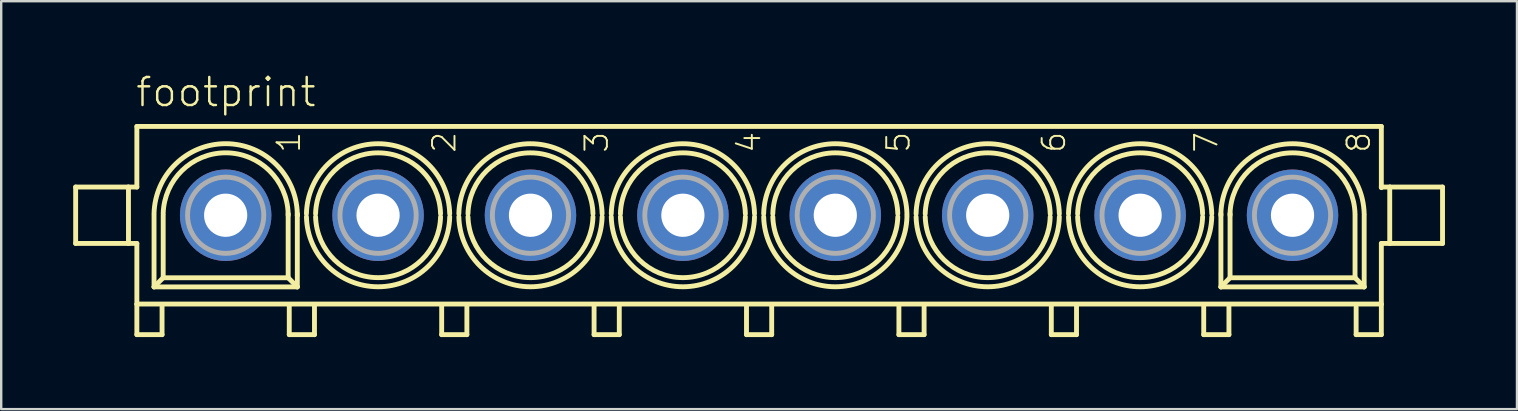
<source format=kicad_pcb>
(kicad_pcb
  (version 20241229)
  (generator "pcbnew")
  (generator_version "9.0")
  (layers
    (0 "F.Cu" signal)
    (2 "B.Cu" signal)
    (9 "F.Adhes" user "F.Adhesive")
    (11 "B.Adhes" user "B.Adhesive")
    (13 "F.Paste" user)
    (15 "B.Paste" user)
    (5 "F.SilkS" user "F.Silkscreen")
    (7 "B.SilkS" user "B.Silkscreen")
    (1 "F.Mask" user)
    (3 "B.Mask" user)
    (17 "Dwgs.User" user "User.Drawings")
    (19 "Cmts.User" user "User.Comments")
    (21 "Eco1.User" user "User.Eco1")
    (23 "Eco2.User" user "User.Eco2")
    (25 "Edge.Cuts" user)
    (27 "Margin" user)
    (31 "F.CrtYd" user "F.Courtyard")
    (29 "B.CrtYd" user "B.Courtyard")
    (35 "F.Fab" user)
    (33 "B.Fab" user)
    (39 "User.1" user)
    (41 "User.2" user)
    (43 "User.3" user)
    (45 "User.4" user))
  (footprint "footprint"
    (layer "F.Cu")
    (at 28.577 5.918)
    (property "Reference" "footprint" (at -26.035 -4.445 0) (layer "F.SilkS") (effects (font (size 1.168 1.168) (thickness 0.102)) (justify left bottom)))
    (fp_line (start -28.475 -1.175) (end -28.475 1.175) (stroke (width 0.203) (type solid)) (layer "F.SilkS"))
    (fp_line (start -28.475 1.175) (end -26.3 1.175) (stroke (width 0.203) (type solid)) (layer "F.SilkS"))
    (fp_line (start -26.3 -1.175) (end -28.475 -1.175) (stroke (width 0.203) (type solid)) (layer "F.SilkS"))
    (fp_line (start -26.275 -1.175) (end -25.925 -1.175) (stroke (width 0.203) (type solid)) (layer "F.SilkS"))
    (fp_line (start -26.275 1.175) (end -26.275 -1.175) (stroke (width 0.203) (type solid)) (layer "F.SilkS"))
    (fp_line (start -25.925 -3.7) (end 25.925 -3.7) (stroke (width 0.203) (type solid)) (layer "F.SilkS"))
    (fp_line (start -25.925 -1.175) (end -25.925 -3.7) (stroke (width 0.203) (type solid)) (layer "F.SilkS"))
    (fp_line (start -25.925 1.175) (end -26.275 1.175) (stroke (width 0.203) (type solid)) (layer "F.SilkS"))
    (fp_line (start -25.925 3.7) (end -25.925 1.175) (stroke (width 0.203) (type solid)) (layer "F.SilkS"))
    (fp_line (start -25.925 3.725) (end -25.925 4.975) (stroke (width 0.203) (type solid)) (layer "F.SilkS"))
    (fp_line (start -25.925 4.975) (end -24.875 4.975) (stroke (width 0.203) (type solid)) (layer "F.SilkS"))
    (fp_line (start -25.209 2.985) (end -25.209 0) (stroke (width 0.203) (type solid)) (layer "F.SilkS"))
    (fp_line (start -24.875 4.975) (end -24.875 3.8) (stroke (width 0.203) (type solid)) (layer "F.SilkS"))
    (fp_line (start -24.828 2.604) (end -25.209 2.985) (stroke (width 0.203) (type solid)) (layer "F.SilkS"))
    (fp_line (start -24.828 2.604) (end -24.828 0) (stroke (width 0.203) (type solid)) (layer "F.SilkS"))
    (fp_line (start -19.622 -0.064) (end -19.622 0) (stroke (width 0.203) (type solid)) (layer "F.SilkS"))
    (fp_line (start -19.621 0) (end -19.621 2.604) (stroke (width 0.203) (type solid)) (layer "F.SilkS"))
    (fp_line (start -19.621 2.604) (end -24.828 2.604) (stroke (width 0.203) (type solid)) (layer "F.SilkS"))
    (fp_line (start -19.621 2.604) (end -19.24 2.985) (stroke (width 0.203) (type solid)) (layer "F.SilkS"))
    (fp_line (start -19.575 4.975) (end -19.575 3.775) (stroke (width 0.203) (type solid)) (layer "F.SilkS"))
    (fp_line (start -19.241 -0.064) (end -19.241 0) (stroke (width 0.203) (type solid)) (layer "F.SilkS"))
    (fp_line (start -19.24 0) (end -19.241 0) (stroke (width 0.203) (type solid)) (layer "F.SilkS"))
    (fp_line (start -19.24 0) (end -19.24 2.985) (stroke (width 0.203) (type solid)) (layer "F.SilkS"))
    (fp_line (start -19.24 2.985) (end -25.209 2.985) (stroke (width 0.203) (type solid)) (layer "F.SilkS"))
    (fp_line (start -18.525 3.775) (end -18.525 4.975) (stroke (width 0.203) (type solid)) (layer "F.SilkS"))
    (fp_line (start -18.525 4.975) (end -19.575 4.975) (stroke (width 0.203) (type solid)) (layer "F.SilkS"))
    (fp_line (start -13.225 4.975) (end -13.225 3.775) (stroke (width 0.203) (type solid)) (layer "F.SilkS"))
    (fp_line (start -12.175 3.775) (end -12.175 4.975) (stroke (width 0.203) (type solid)) (layer "F.SilkS"))
    (fp_line (start -12.175 4.975) (end -13.225 4.975) (stroke (width 0.203) (type solid)) (layer "F.SilkS"))
    (fp_line (start -6.875 4.975) (end -6.875 3.775) (stroke (width 0.203) (type solid)) (layer "F.SilkS"))
    (fp_line (start -5.825 3.775) (end -5.825 4.975) (stroke (width 0.203) (type solid)) (layer "F.SilkS"))
    (fp_line (start -5.825 4.975) (end -6.875 4.975) (stroke (width 0.203) (type solid)) (layer "F.SilkS"))
    (fp_line (start -0.525 4.975) (end -0.525 3.775) (stroke (width 0.203) (type solid)) (layer "F.SilkS"))
    (fp_line (start 0.525 3.775) (end 0.525 4.975) (stroke (width 0.203) (type solid)) (layer "F.SilkS"))
    (fp_line (start 0.525 4.975) (end -0.525 4.975) (stroke (width 0.203) (type solid)) (layer "F.SilkS"))
    (fp_line (start 5.825 4.975) (end 5.825 3.775) (stroke (width 0.203) (type solid)) (layer "F.SilkS"))
    (fp_line (start 6.16 0) (end 6.159 0) (stroke (width 0.203) (type solid)) (layer "F.SilkS"))
    (fp_line (start 6.875 3.775) (end 6.875 4.975) (stroke (width 0.203) (type solid)) (layer "F.SilkS"))
    (fp_line (start 6.875 4.975) (end 5.825 4.975) (stroke (width 0.203) (type solid)) (layer "F.SilkS"))
    (fp_line (start 12.175 4.975) (end 12.175 3.775) (stroke (width 0.203) (type solid)) (layer "F.SilkS"))
    (fp_line (start 13.225 3.775) (end 13.225 4.975) (stroke (width 0.203) (type solid)) (layer "F.SilkS"))
    (fp_line (start 13.225 4.975) (end 12.175 4.975) (stroke (width 0.203) (type solid)) (layer "F.SilkS"))
    (fp_line (start 18.525 4.975) (end 18.525 3.775) (stroke (width 0.203) (type solid)) (layer "F.SilkS"))
    (fp_line (start 19.24 0) (end 19.24 -0.064) (stroke (width 0.203) (type solid)) (layer "F.SilkS"))
    (fp_line (start 19.241 2.985) (end 19.241 0) (stroke (width 0.203) (type solid)) (layer "F.SilkS"))
    (fp_line (start 19.575 3.775) (end 19.575 4.975) (stroke (width 0.203) (type solid)) (layer "F.SilkS"))
    (fp_line (start 19.575 4.975) (end 18.525 4.975) (stroke (width 0.203) (type solid)) (layer "F.SilkS"))
    (fp_line (start 19.621 0) (end 19.621 -0.064) (stroke (width 0.203) (type solid)) (layer "F.SilkS"))
    (fp_line (start 19.622 2.604) (end 19.241 2.985) (stroke (width 0.203) (type solid)) (layer "F.SilkS"))
    (fp_line (start 19.622 2.604) (end 19.622 0) (stroke (width 0.203) (type solid)) (layer "F.SilkS"))
    (fp_line (start 24.829 0) (end 24.829 2.604) (stroke (width 0.203) (type solid)) (layer "F.SilkS"))
    (fp_line (start 24.829 2.604) (end 19.622 2.604) (stroke (width 0.203) (type solid)) (layer "F.SilkS"))
    (fp_line (start 24.829 2.604) (end 25.21 2.985) (stroke (width 0.203) (type solid)) (layer "F.SilkS"))
    (fp_line (start 24.875 4.975) (end 24.875 3.825) (stroke (width 0.203) (type solid)) (layer "F.SilkS"))
    (fp_line (start 25.21 0) (end 25.21 2.985) (stroke (width 0.203) (type solid)) (layer "F.SilkS"))
    (fp_line (start 25.21 2.985) (end 19.241 2.985) (stroke (width 0.203) (type solid)) (layer "F.SilkS"))
    (fp_line (start 25.925 -3.7) (end 25.925 -1.175) (stroke (width 0.203) (type solid)) (layer "F.SilkS"))
    (fp_line (start 25.925 -1.175) (end 25.925 -1.15) (stroke (width 0.203) (type solid)) (layer "F.SilkS"))
    (fp_line (start 25.925 -1.175) (end 26.275 -1.175) (stroke (width 0.203) (type solid)) (layer "F.SilkS"))
    (fp_line (start 25.925 1.175) (end 25.925 3.7) (stroke (width 0.203) (type solid)) (layer "F.SilkS"))
    (fp_line (start 25.925 3.7) (end -25.925 3.7) (stroke (width 0.203) (type solid)) (layer "F.SilkS"))
    (fp_line (start 25.925 3.75) (end 25.925 4.975) (stroke (width 0.203) (type solid)) (layer "F.SilkS"))
    (fp_line (start 25.925 4.975) (end 24.875 4.975) (stroke (width 0.203) (type solid)) (layer "F.SilkS"))
    (fp_line (start 26.275 -1.175) (end 26.275 1.175) (stroke (width 0.203) (type solid)) (layer "F.SilkS"))
    (fp_line (start 26.275 1.175) (end 25.925 1.175) (stroke (width 0.203) (type solid)) (layer "F.SilkS"))
    (fp_line (start 26.3 -1.175) (end 28.475 -1.175) (stroke (width 0.203) (type solid)) (layer "F.SilkS"))
    (fp_line (start 28.475 -1.175) (end 28.475 1.175) (stroke (width 0.203) (type solid)) (layer "F.SilkS"))
    (fp_line (start 28.475 1.175) (end 26.3 1.175) (stroke (width 0.203) (type solid)) (layer "F.SilkS"))
    (fp_arc (start -25.2096 -0.0636) (mid -22.22515 -2.979945) (end -19.2407 -0.0636) (stroke (width 0.2032) (type solid)) (layer "F.SilkS"))
    (fp_arc (start -24.8286 -0.0636) (mid -22.22515 -2.601886) (end -19.6217 -0.0636) (stroke (width 0.2032) (type solid)) (layer "F.SilkS"))
    (fp_arc (start -18.8597 -0.0636) (mid -15.8752 -2.980093) (end -12.8907 -0.0636) (stroke (width 0.2032) (type solid)) (layer "F.SilkS"))
    (fp_arc (start -18.4787 -0.0636) (mid -15.875201 -2.600086) (end -13.2717 -0.063602) (stroke (width 0.2032) (type solid)) (layer "F.SilkS"))
    (fp_arc (start -13.2713 0.0636) (mid -15.874799 2.600086) (end -18.4783 0.063602) (stroke (width 0.2032) (type solid)) (layer "F.SilkS"))
    (fp_arc (start -12.8903 0.0636) (mid -15.8748 2.980093) (end -18.8593 0.0636) (stroke (width 0.2032) (type solid)) (layer "F.SilkS"))
    (fp_arc (start -12.5097 -0.0636) (mid -9.5252 -2.980093) (end -6.5407 -0.0636) (stroke (width 0.2032) (type solid)) (layer "F.SilkS"))
    (fp_arc (start -12.1287 -0.0636) (mid -9.525201 -2.600086) (end -6.9217 -0.063602) (stroke (width 0.2032) (type solid)) (layer "F.SilkS"))
    (fp_arc (start -6.9213 0.0636) (mid -9.524799 2.600086) (end -12.1283 0.063602) (stroke (width 0.2032) (type solid)) (layer "F.SilkS"))
    (fp_arc (start -6.5403 0.0636) (mid -9.5248 2.980093) (end -12.5093 0.0636) (stroke (width 0.2032) (type solid)) (layer "F.SilkS"))
    (fp_arc (start -6.1597 -0.0636) (mid -3.1752 -2.980093) (end -0.1907 -0.0636) (stroke (width 0.2032) (type solid)) (layer "F.SilkS"))
    (fp_arc (start -5.7787 -0.0636) (mid -3.175201 -2.600086) (end -0.5717 -0.063602) (stroke (width 0.2032) (type solid)) (layer "F.SilkS"))
    (fp_arc (start -0.5713 0.0636) (mid -3.174799 2.600086) (end -5.7783 0.063602) (stroke (width 0.2032) (type solid)) (layer "F.SilkS"))
    (fp_arc (start -0.1903 0.0636) (mid -3.1748 2.980093) (end -6.1593 0.0636) (stroke (width 0.2032) (type solid)) (layer "F.SilkS"))
    (fp_arc (start 0.1903 -0.0636) (mid 3.1748 -2.980093) (end 6.1593 -0.0636) (stroke (width 0.2032) (type solid)) (layer "F.SilkS"))
    (fp_arc (start 0.5713 -0.0636) (mid 3.174799 -2.600086) (end 5.7783 -0.063602) (stroke (width 0.2032) (type solid)) (layer "F.SilkS"))
    (fp_arc (start 5.7787 0.0636) (mid 3.175201 2.600086) (end 0.5717 0.063602) (stroke (width 0.2032) (type solid)) (layer "F.SilkS"))
    (fp_arc (start 6.1597 0.0636) (mid 3.1752 2.980093) (end 0.1907 0.0636) (stroke (width 0.2032) (type solid)) (layer "F.SilkS"))
    (fp_arc (start 6.5403 -0.0636) (mid 9.5248 -2.980093) (end 12.5093 -0.0636) (stroke (width 0.2032) (type solid)) (layer "F.SilkS"))
    (fp_arc (start 6.9213 -0.0636) (mid 9.524799 -2.600086) (end 12.1283 -0.063602) (stroke (width 0.2032) (type solid)) (layer "F.SilkS"))
    (fp_arc (start 12.1287 0.0636) (mid 9.525201 2.600086) (end 6.9217 0.063602) (stroke (width 0.2032) (type solid)) (layer "F.SilkS"))
    (fp_arc (start 12.5097 0.0636) (mid 9.5252 2.980093) (end 6.5407 0.0636) (stroke (width 0.2032) (type solid)) (layer "F.SilkS"))
    (fp_arc (start 12.8903 -0.0636) (mid 15.8748 -2.980093) (end 18.8593 -0.0636) (stroke (width 0.2032) (type solid)) (layer "F.SilkS"))
    (fp_arc (start 13.2713 -0.0636) (mid 15.874799 -2.600086) (end 18.4783 -0.063602) (stroke (width 0.2032) (type solid)) (layer "F.SilkS"))
    (fp_arc (start 18.4787 0.0636) (mid 15.875201 2.600086) (end 13.2717 0.063602) (stroke (width 0.2032) (type solid)) (layer "F.SilkS"))
    (fp_arc (start 18.8597 0.0636) (mid 15.8752 2.980093) (end 12.8907 0.0636) (stroke (width 0.2032) (type solid)) (layer "F.SilkS"))
    (fp_arc (start 19.2403 -0.0636) (mid 22.2248 -2.980093) (end 25.2093 -0.0636) (stroke (width 0.2032) (type solid)) (layer "F.SilkS"))
    (fp_arc (start 19.6213 -0.0636) (mid 22.224799 -2.600086) (end 24.8283 -0.063602) (stroke (width 0.2032) (type solid)) (layer "F.SilkS"))
    (fp_circle (center -22.225 0) (end -20.637 0) (stroke (width 0.203) (type solid)) (fill no) (layer "F.Fab"))
    (fp_circle (center -15.875 0) (end -14.287 0) (stroke (width 0.203) (type solid)) (fill no) (layer "F.Fab"))
    (fp_circle (center -9.525 0) (end -7.937 0) (stroke (width 0.203) (type solid)) (fill no) (layer "F.Fab"))
    (fp_circle (center -3.175 0) (end -1.587 0) (stroke (width 0.203) (type solid)) (fill no) (layer "F.Fab"))
    (fp_circle (center 3.175 0) (end 4.763 0) (stroke (width 0.203) (type solid)) (fill no) (layer "F.Fab"))
    (fp_circle (center 9.525 0) (end 11.113 0) (stroke (width 0.203) (type solid)) (fill no) (layer "F.Fab"))
    (fp_circle (center 15.875 0) (end 17.463 0) (stroke (width 0.203) (type solid)) (fill no) (layer "F.Fab"))
    (fp_circle (center 22.225 0) (end 23.813 0) (stroke (width 0.203) (type solid)) (fill no) (layer "F.Fab"))
    (fp_text user "3" (at -6.223 -2.54 90) (layer "F.SilkS") (effects (font (size 0.935 0.935) (thickness 0.081)) (justify left bottom)))
    (fp_text user "2" (at -12.573 -2.54 90) (layer "F.SilkS") (effects (font (size 0.935 0.935) (thickness 0.081)) (justify left bottom)))
    (fp_text user "7" (at 19.177 -2.54 90) (layer "F.SilkS") (effects (font (size 0.935 0.935) (thickness 0.081)) (justify left bottom)))
    (fp_text user "1" (at -19.05 -2.54 90) (layer "F.SilkS") (effects (font (size 0.935 0.935) (thickness 0.081)) (justify left bottom)))
    (fp_text user "8" (at 25.527 -2.54 90) (layer "F.SilkS") (effects (font (size 0.935 0.935) (thickness 0.081)) (justify left bottom)))
    (fp_text user "6" (at 12.827 -2.54 90) (layer "F.SilkS") (effects (font (size 0.935 0.935) (thickness 0.081)) (justify left bottom)))
    (fp_text user "5" (at 6.35 -2.54 90) (layer "F.SilkS") (effects (font (size 0.935 0.935) (thickness 0.081)) (justify left bottom)))
    (fp_text user "4" (at 0.127 -2.54 90) (layer "F.SilkS") (effects (font (size 0.935 0.935) (thickness 0.081)) (justify left bottom)))
    (pad "1" thru_hole circle (at -22.225 0) (size 3.81 3.81) (drill 1.8) (layers "*.Cu" "*.Mask"))
    (pad "2" thru_hole circle (at -15.875 0) (size 3.81 3.81) (drill 1.8) (layers "*.Cu" "*.Mask"))
    (pad "3" thru_hole circle (at -9.525 0) (size 3.81 3.81) (drill 1.8) (layers "*.Cu" "*.Mask"))
    (pad "4" thru_hole circle (at -3.175 0) (size 3.81 3.81) (drill 1.8) (layers "*.Cu" "*.Mask"))
    (pad "5" thru_hole circle (at 3.175 0) (size 3.81 3.81) (drill 1.8) (layers "*.Cu" "*.Mask"))
    (pad "6" thru_hole circle (at 9.525 0) (size 3.81 3.81) (drill 1.8) (layers "*.Cu" "*.Mask"))
    (pad "7" thru_hole circle (at 15.875 0) (size 3.81 3.81) (drill 1.8) (layers "*.Cu" "*.Mask"))
    (pad "8" thru_hole circle (at 22.225 0) (size 3.81 3.81) (drill 1.8) (layers "*.Cu" "*.Mask")))
  (gr_rect
    (start -3 -3)
    (end 60.153 13.995)
    (stroke (width 0.1) (type default))
    (fill no)
    (layer "Edge.Cuts")))
</source>
